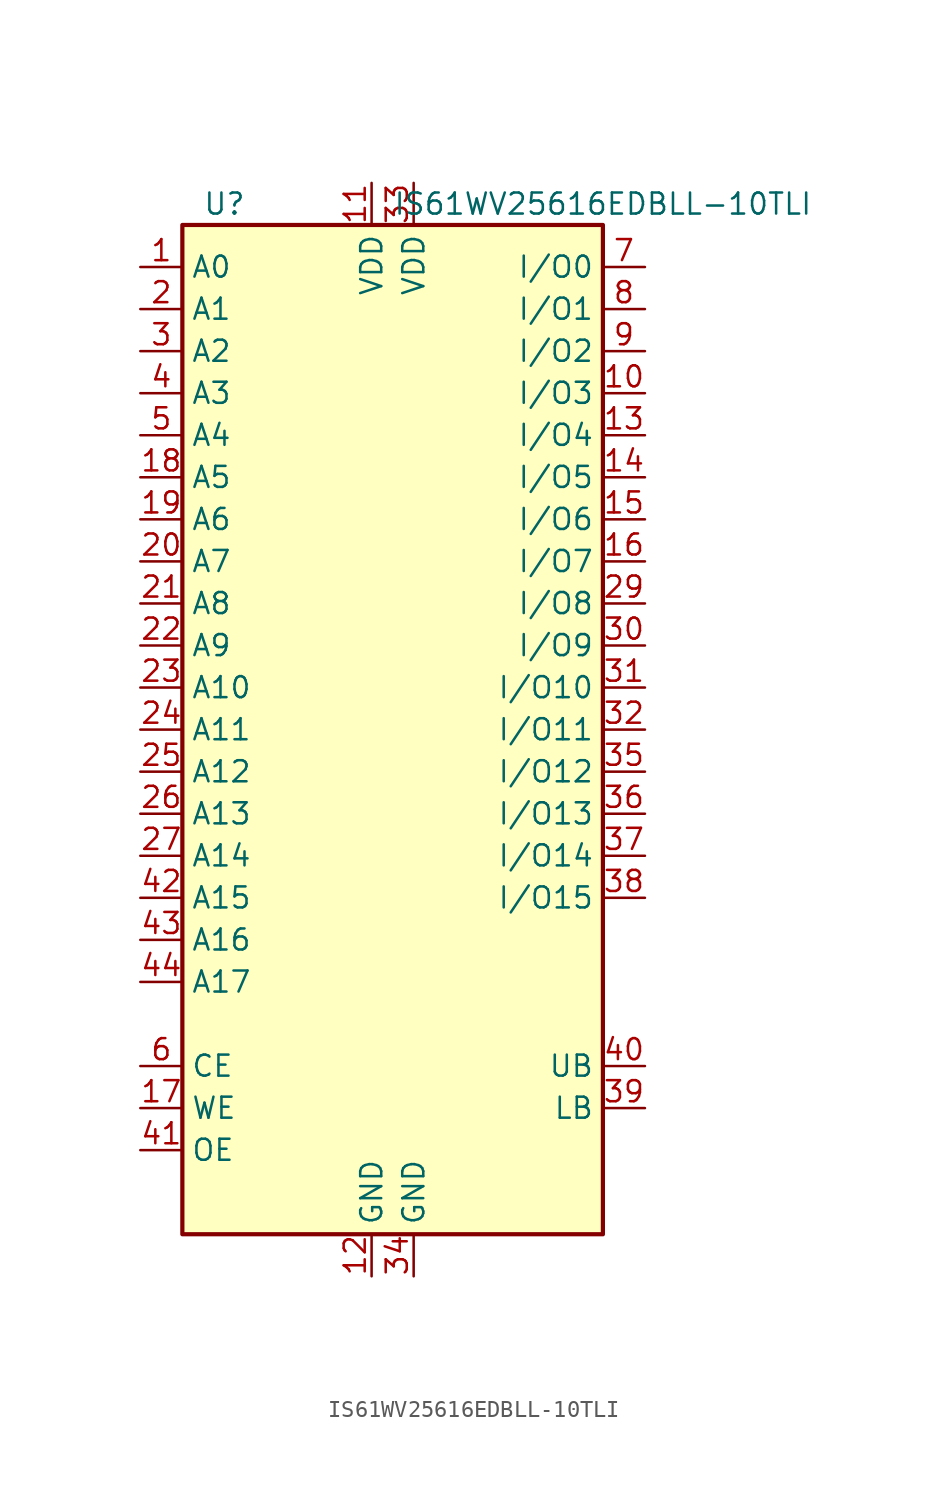
<source format=kicad_sym>
(kicad_symbol_lib
  (version 20220914)
  (generator kicad_symbol_editor)
  (symbol "IS61WV25616EDBLL-10TLI"
    (property "Reference" "U"
      (at -10.16 31.75 0)
      (effects (font (size 1.27 1.27))))
    (property "Value" "IS61WV25616EDBLL-10TLI"
      (at 12.7 31.75 0)
      (effects (font (size 1.27 1.27))))
    (symbol "IS61WV25616EDBLL-10TLI_0_1"
      (rectangle (start -12.7 30.48) (end 12.7 -30.48) (stroke (width 0.254) (type default)) (fill (type background))))
    (symbol "IS61WV25616EDBLL-10TLI_1_1"
      (pin input line (at -15.24 27.94 0) (length 2.54) (name "A0" (effects (font (size 1.27 1.27)))) (number "1" (effects (font (size 1.27 1.27)))))
      (pin bidirectional line (at 15.24 20.32 180) (length 2.54) (name "I/O3" (effects (font (size 1.27 1.27)))) (number "10" (effects (font (size 1.27 1.27)))))
      (pin power_in line (at -1.27 33.02 270) (length 2.54) (name "VDD" (effects (font (size 1.27 1.27)))) (number "11" (effects (font (size 1.27 1.27)))))
      (pin power_in line (at -1.27 -33.02 90) (length 2.54) (name "GND" (effects (font (size 1.27 1.27)))) (number "12" (effects (font (size 1.27 1.27)))))
      (pin bidirectional line (at 15.24 17.78 180) (length 2.54) (name "I/O4" (effects (font (size 1.27 1.27)))) (number "13" (effects (font (size 1.27 1.27)))))
      (pin bidirectional line (at 15.24 15.24 180) (length 2.54) (name "I/O5" (effects (font (size 1.27 1.27)))) (number "14" (effects (font (size 1.27 1.27)))))
      (pin bidirectional line (at 15.24 12.7 180) (length 2.54) (name "I/O6" (effects (font (size 1.27 1.27)))) (number "15" (effects (font (size 1.27 1.27)))))
      (pin bidirectional line (at 15.24 10.16 180) (length 2.54) (name "I/O7" (effects (font (size 1.27 1.27)))) (number "16" (effects (font (size 1.27 1.27)))))
      (pin input line (at -15.24 -22.86 0) (length 2.54) (name "WE" (effects (font (size 1.27 1.27)))) (number "17" (effects (font (size 1.27 1.27)))))
      (pin input line (at -15.24 15.24 0) (length 2.54) (name "A5" (effects (font (size 1.27 1.27)))) (number "18" (effects (font (size 1.27 1.27)))))
      (pin input line (at -15.24 12.7 0) (length 2.54) (name "A6" (effects (font (size 1.27 1.27)))) (number "19" (effects (font (size 1.27 1.27)))))
      (pin input line (at -15.24 25.4 0) (length 2.54) (name "A1" (effects (font (size 1.27 1.27)))) (number "2" (effects (font (size 1.27 1.27)))))
      (pin input line (at -15.24 10.16 0) (length 2.54) (name "A7" (effects (font (size 1.27 1.27)))) (number "20" (effects (font (size 1.27 1.27)))))
      (pin input line (at -15.24 7.62 0) (length 2.54) (name "A8" (effects (font (size 1.27 1.27)))) (number "21" (effects (font (size 1.27 1.27)))))
      (pin input line (at -15.24 5.08 0) (length 2.54) (name "A9" (effects (font (size 1.27 1.27)))) (number "22" (effects (font (size 1.27 1.27)))))
      (pin input line (at -15.24 2.54 0) (length 2.54) (name "A10" (effects (font (size 1.27 1.27)))) (number "23" (effects (font (size 1.27 1.27)))))
      (pin input line (at -15.24 0 0) (length 2.54) (name "A11" (effects (font (size 1.27 1.27)))) (number "24" (effects (font (size 1.27 1.27)))))
      (pin input line (at -15.24 -2.54 0) (length 2.54) (name "A12" (effects (font (size 1.27 1.27)))) (number "25" (effects (font (size 1.27 1.27)))))
      (pin input line (at -15.24 -5.08 0) (length 2.54) (name "A13" (effects (font (size 1.27 1.27)))) (number "26" (effects (font (size 1.27 1.27)))))
      (pin input line (at -15.24 -7.62 0) (length 2.54) (name "A14" (effects (font (size 1.27 1.27)))) (number "27" (effects (font (size 1.27 1.27)))))
      (pin input line (at 15.24 -25.4 180) (length 2.54) hide (name "NC" (effects (font (size 1.27 1.27)))) (number "28" (effects (font (size 1.27 1.27)))))
      (pin bidirectional line (at 15.24 7.62 180) (length 2.54) (name "I/O8" (effects (font (size 1.27 1.27)))) (number "29" (effects (font (size 1.27 1.27)))))
      (pin input line (at -15.24 22.86 0) (length 2.54) (name "A2" (effects (font (size 1.27 1.27)))) (number "3" (effects (font (size 1.27 1.27)))))
      (pin bidirectional line (at 15.24 5.08 180) (length 2.54) (name "I/O9" (effects (font (size 1.27 1.27)))) (number "30" (effects (font (size 1.27 1.27)))))
      (pin bidirectional line (at 15.24 2.54 180) (length 2.54) (name "I/O10" (effects (font (size 1.27 1.27)))) (number "31" (effects (font (size 1.27 1.27)))))
      (pin bidirectional line (at 15.24 0 180) (length 2.54) (name "I/O11" (effects (font (size 1.27 1.27)))) (number "32" (effects (font (size 1.27 1.27)))))
      (pin power_in line (at 1.27 33.02 270) (length 2.54) (name "VDD" (effects (font (size 1.27 1.27)))) (number "33" (effects (font (size 1.27 1.27)))))
      (pin power_in line (at 1.27 -33.02 90) (length 2.54) (name "GND" (effects (font (size 1.27 1.27)))) (number "34" (effects (font (size 1.27 1.27)))))
      (pin bidirectional line (at 15.24 -2.54 180) (length 2.54) (name "I/O12" (effects (font (size 1.27 1.27)))) (number "35" (effects (font (size 1.27 1.27)))))
      (pin bidirectional line (at 15.24 -5.08 180) (length 2.54) (name "I/O13" (effects (font (size 1.27 1.27)))) (number "36" (effects (font (size 1.27 1.27)))))
      (pin bidirectional line (at 15.24 -7.62 180) (length 2.54) (name "I/O14" (effects (font (size 1.27 1.27)))) (number "37" (effects (font (size 1.27 1.27)))))
      (pin bidirectional line (at 15.24 -10.16 180) (length 2.54) (name "I/O15" (effects (font (size 1.27 1.27)))) (number "38" (effects (font (size 1.27 1.27)))))
      (pin input line (at 15.24 -22.86 180) (length 2.54) (name "LB" (effects (font (size 1.27 1.27)))) (number "39" (effects (font (size 1.27 1.27)))))
      (pin input line (at -15.24 20.32 0) (length 2.54) (name "A3" (effects (font (size 1.27 1.27)))) (number "4" (effects (font (size 1.27 1.27)))))
      (pin input line (at 15.24 -20.32 180) (length 2.54) (name "UB" (effects (font (size 1.27 1.27)))) (number "40" (effects (font (size 1.27 1.27)))))
      (pin input line (at -15.24 -25.4 0) (length 2.54) (name "OE" (effects (font (size 1.27 1.27)))) (number "41" (effects (font (size 1.27 1.27)))))
      (pin input line (at -15.24 -10.16 0) (length 2.54) (name "A15" (effects (font (size 1.27 1.27)))) (number "42" (effects (font (size 1.27 1.27)))))
      (pin input line (at -15.24 -12.7 0) (length 2.54) (name "A16" (effects (font (size 1.27 1.27)))) (number "43" (effects (font (size 1.27 1.27)))))
      (pin input line (at -15.24 -15.24 0) (length 2.54) (name "A17" (effects (font (size 1.27 1.27)))) (number "44" (effects (font (size 1.27 1.27)))))
      (pin input line (at -15.24 17.78 0) (length 2.54) (name "A4" (effects (font (size 1.27 1.27)))) (number "5" (effects (font (size 1.27 1.27)))))
      (pin input line (at -15.24 -20.32 0) (length 2.54) (name "CE" (effects (font (size 1.27 1.27)))) (number "6" (effects (font (size 1.27 1.27)))))
      (pin bidirectional line (at 15.24 27.94 180) (length 2.54) (name "I/O0" (effects (font (size 1.27 1.27)))) (number "7" (effects (font (size 1.27 1.27)))))
      (pin bidirectional line (at 15.24 25.4 180) (length 2.54) (name "I/O1" (effects (font (size 1.27 1.27)))) (number "8" (effects (font (size 1.27 1.27)))))
      (pin bidirectional line (at 15.24 22.86 180) (length 2.54) (name "I/O2" (effects (font (size 1.27 1.27)))) (number "9" (effects (font (size 1.27 1.27))))))))
</source>
